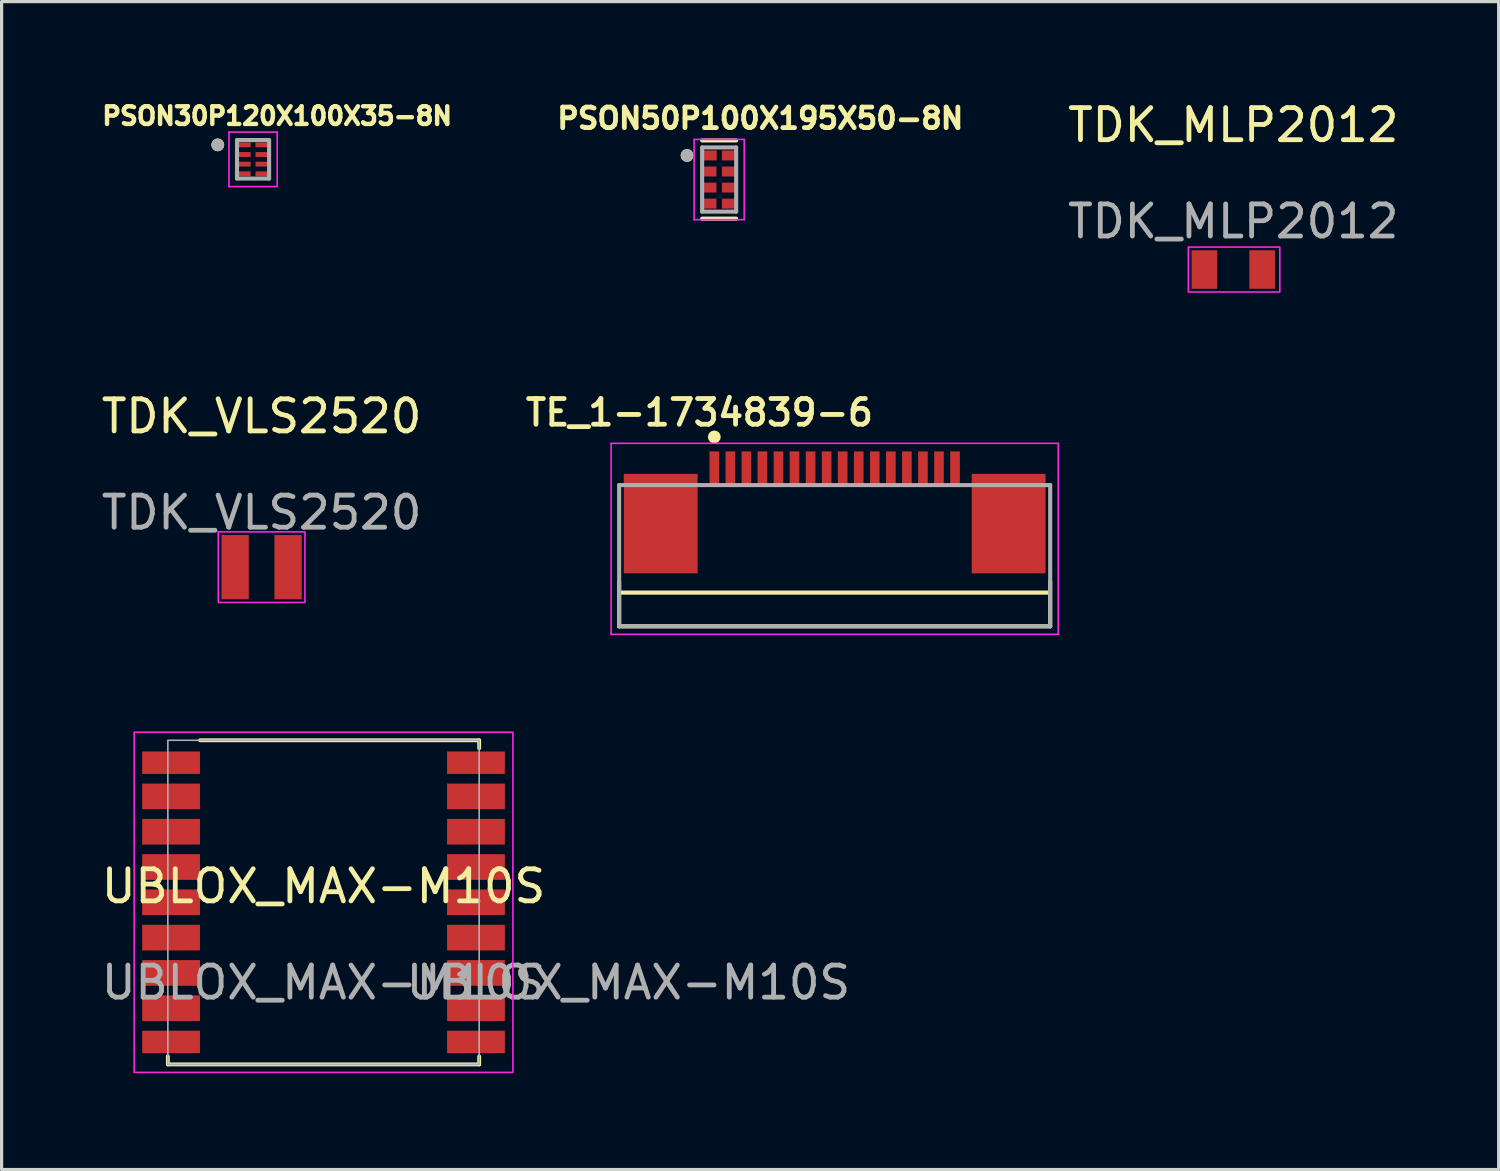
<source format=kicad_pcb>
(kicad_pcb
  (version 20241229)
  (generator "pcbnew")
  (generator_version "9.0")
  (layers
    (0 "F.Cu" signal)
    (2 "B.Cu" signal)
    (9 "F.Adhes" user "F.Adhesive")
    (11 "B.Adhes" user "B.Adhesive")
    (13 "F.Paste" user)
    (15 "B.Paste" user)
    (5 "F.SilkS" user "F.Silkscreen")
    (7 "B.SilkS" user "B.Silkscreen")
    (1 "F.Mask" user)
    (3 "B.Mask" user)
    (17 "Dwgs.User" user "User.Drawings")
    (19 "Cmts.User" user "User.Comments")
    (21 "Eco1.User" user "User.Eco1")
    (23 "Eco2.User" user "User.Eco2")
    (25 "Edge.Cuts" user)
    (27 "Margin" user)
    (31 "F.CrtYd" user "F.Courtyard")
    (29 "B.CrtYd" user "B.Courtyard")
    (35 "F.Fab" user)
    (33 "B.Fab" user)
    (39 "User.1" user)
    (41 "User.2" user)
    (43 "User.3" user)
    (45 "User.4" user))
  (footprint "TDK_VLS2520"
    (layer "F.Cu")
    (at 5.101 14.621)
    (property "Reference" "TDK_VLS2520" (at 0 -4.7 0) (unlocked yes) (layer "F.SilkS") (effects (font (size 1 1) (thickness 0.15))))
    (attr smd)
    (fp_rect (start -1.35 -1.1) (end 1.35 1.1) (stroke (width 0.05) (type solid)) (fill no) (layer "F.CrtYd"))
    (fp_text user "${REFERENCE}" (at 0 -1.7 0) (unlocked yes) (layer "F.Fab") (effects (font (size 1 1) (thickness 0.15))))
    (pad "1" smd rect (at -0.825 0) (size 0.85 2) (layers "F.Cu" "F.Mask" "F.Paste"))
    (pad "2" smd rect (at 0.825 0) (size 0.85 2) (layers "F.Cu" "F.Mask" "F.Paste")))
  (footprint "PSON30P120X100X35-8N"
    (layer "F.Cu")
    (at 4.835 1.914)
    (property "Reference" "PSON30P120X100X35-8N" (at 0.75 -1.35 0) (layer "F.SilkS") (effects (font (size 0.551 0.551) (thickness 0.15))))
    (attr through_hole)
    (fp_circle (center -1.1 -0.45) (end -1 -0.45) (stroke (width 0.2) (type solid)) (fill no) (layer "F.SilkS"))
    (fp_line (start -0.75 -0.85) (end -0.75 0.85) (stroke (width 0.05) (type solid)) (layer "F.CrtYd"))
    (fp_line (start -0.75 -0.85) (end 0.75 -0.85) (stroke (width 0.05) (type solid)) (layer "F.CrtYd"))
    (fp_line (start -0.75 0.85) (end 0.75 0.85) (stroke (width 0.05) (type solid)) (layer "F.CrtYd"))
    (fp_line (start 0.75 -0.85) (end 0.75 0.85) (stroke (width 0.05) (type solid)) (layer "F.CrtYd"))
    (fp_line (start -0.5 -0.6) (end -0.5 0.6) (stroke (width 0.127) (type solid)) (layer "F.Fab"))
    (fp_line (start -0.5 -0.6) (end 0.5 -0.6) (stroke (width 0.127) (type solid)) (layer "F.Fab"))
    (fp_line (start -0.5 0.6) (end 0.5 0.6) (stroke (width 0.127) (type solid)) (layer "F.Fab"))
    (fp_line (start 0.5 -0.6) (end 0.5 0.6) (stroke (width 0.127) (type solid)) (layer "F.Fab"))
    (fp_circle (center -1.1 -0.45) (end -1 -0.45) (stroke (width 0.2) (type solid)) (fill no) (layer "F.Fab"))
    (pad "1" smd roundrect (at -0.275 -0.45) (size 0.4 0.15) (layers "F.Cu" "F.Mask" "F.Paste") (roundrect_rratio 0.02))
    (pad "2" smd roundrect (at -0.275 -0.15) (size 0.4 0.15) (layers "F.Cu" "F.Mask" "F.Paste") (roundrect_rratio 0.02))
    (pad "3" smd roundrect (at -0.275 0.15) (size 0.4 0.15) (layers "F.Cu" "F.Mask" "F.Paste") (roundrect_rratio 0.02))
    (pad "4" smd roundrect (at -0.275 0.45) (size 0.4 0.15) (layers "F.Cu" "F.Mask" "F.Paste") (roundrect_rratio 0.02))
    (pad "5" smd roundrect (at 0.275 0.45) (size 0.4 0.15) (layers "F.Cu" "F.Mask" "F.Paste") (roundrect_rratio 0.02))
    (pad "6" smd roundrect (at 0.275 0.15) (size 0.4 0.15) (layers "F.Cu" "F.Mask" "F.Paste") (roundrect_rratio 0.02))
    (pad "7" smd roundrect (at 0.275 -0.15) (size 0.4 0.15) (layers "F.Cu" "F.Mask" "F.Paste") (roundrect_rratio 0.02))
    (pad "8" smd roundrect (at 0.275 -0.45) (size 0.4 0.15) (layers "F.Cu" "F.Mask" "F.Paste") (roundrect_rratio 0.02)))
  (footprint "TDK_MLP2012"
    (layer "F.Cu")
    (at 35.376 5.348)
    (property "Reference" "TDK_MLP2012" (at 0 -4.5 0) (unlocked yes) (layer "F.SilkS") (effects (font (size 1 1) (thickness 0.15))))
    (attr smd)
    (fp_rect (start -1.4 -0.7) (end 1.45 0.7) (stroke (width 0.05) (type solid)) (fill no) (layer "F.CrtYd"))
    (fp_text user "${REFERENCE}" (at 0 -1.5 0) (unlocked yes) (layer "F.Fab") (effects (font (size 1 1) (thickness 0.15))))
    (pad "1" smd rect (at -0.9 0) (size 0.8 1.2) (layers "F.Cu" "F.Mask" "F.Paste"))
    (pad "2" smd rect (at 0.9 0) (size 0.8 1.2) (layers "F.Cu" "F.Mask" "F.Paste")))
  (footprint "PSON50P100X195X50-8N"
    (layer "F.Cu")
    (at 19.357 2.544)
    (property "Reference" "PSON50P100X195X50-8N" (at 1.282 -1.906 0) (layer "F.SilkS") (effects (font (size 0.64 0.64) (thickness 0.15))))
    (attr through_hole)
    (fp_line (start -0.53 -1.219) (end 0.53 -1.219) (stroke (width 0.127) (type solid)) (layer "F.SilkS"))
    (fp_line (start 0.53 1.219) (end -0.53 1.219) (stroke (width 0.127) (type solid)) (layer "F.SilkS"))
    (fp_circle (center -1 -0.75) (end -0.9 -0.75) (stroke (width 0.2) (type solid)) (fill no) (layer "F.SilkS"))
    (fp_line (start -0.78 -1.25) (end 0.78 -1.25) (stroke (width 0.05) (type solid)) (layer "F.CrtYd"))
    (fp_line (start -0.78 1.25) (end -0.78 -1.25) (stroke (width 0.05) (type solid)) (layer "F.CrtYd"))
    (fp_line (start 0.78 -1.25) (end 0.78 1.25) (stroke (width 0.05) (type solid)) (layer "F.CrtYd"))
    (fp_line (start 0.78 1.25) (end -0.78 1.25) (stroke (width 0.05) (type solid)) (layer "F.CrtYd"))
    (fp_line (start -0.53 -1) (end 0.53 -1) (stroke (width 0.127) (type solid)) (layer "F.Fab"))
    (fp_line (start -0.53 1) (end -0.53 -1) (stroke (width 0.127) (type solid)) (layer "F.Fab"))
    (fp_line (start 0.53 -1) (end 0.53 1) (stroke (width 0.127) (type solid)) (layer "F.Fab"))
    (fp_line (start 0.53 1) (end -0.53 1) (stroke (width 0.127) (type solid)) (layer "F.Fab"))
    (fp_circle (center -1 -0.75) (end -0.9 -0.75) (stroke (width 0.2) (type solid)) (fill no) (layer "F.Fab"))
    (pad "1" smd rect (at -0.29 -0.75) (size 0.43 0.31) (layers "F.Cu" "F.Mask" "F.Paste"))
    (pad "2" smd rect (at -0.295 -0.25) (size 0.42 0.31) (layers "F.Cu" "F.Mask" "F.Paste"))
    (pad "3" smd rect (at -0.295 0.25) (size 0.42 0.31) (layers "F.Cu" "F.Mask" "F.Paste"))
    (pad "4" smd rect (at -0.295 0.75) (size 0.42 0.31) (layers "F.Cu" "F.Mask" "F.Paste"))
    (pad "5" smd rect (at 0.295 0.75 180) (size 0.42 0.31) (layers "F.Cu" "F.Mask" "F.Paste"))
    (pad "6" smd rect (at 0.295 0.25 180) (size 0.42 0.31) (layers "F.Cu" "F.Mask" "F.Paste"))
    (pad "7" smd rect (at 0.295 -0.25 180) (size 0.42 0.31) (layers "F.Cu" "F.Mask" "F.Paste"))
    (pad "8" smd rect (at 0.295 -0.75 180) (size 0.42 0.31) (layers "F.Cu" "F.Mask" "F.Paste")))
  (footprint "TE_1-1734839-6"
    (layer "F.Cu")
    (at 22.956 11.564)
    (property "Reference" "TE_1-1734839-6" (at -4.214 -1.759 0) (layer "F.SilkS") (effects (font (size 0.801 0.801) (thickness 0.15))))
    (attr through_hole)
    (fp_line (start -6.715 3.5) (end -6.715 4.9) (stroke (width 0.127) (type solid)) (layer "F.SilkS"))
    (fp_line (start -6.715 4.9) (end 6.715 4.9) (stroke (width 0.127) (type solid)) (layer "F.SilkS"))
    (fp_line (start -6.7 3.85) (end 6.7 3.85) (stroke (width 0.127) (type solid)) (layer "F.SilkS"))
    (fp_line (start 6.715 4.9) (end 6.715 3.5) (stroke (width 0.127) (type solid)) (layer "F.SilkS"))
    (fp_circle (center -3.75 -1) (end -3.65 -1) (stroke (width 0.2) (type solid)) (fill no) (layer "F.SilkS"))
    (fp_line (start -6.965 -0.8) (end 6.965 -0.8) (stroke (width 0.05) (type solid)) (layer "F.CrtYd"))
    (fp_line (start -6.965 5.15) (end -6.965 -0.8) (stroke (width 0.05) (type solid)) (layer "F.CrtYd"))
    (fp_line (start 6.965 -0.8) (end 6.965 5.15) (stroke (width 0.05) (type solid)) (layer "F.CrtYd"))
    (fp_line (start 6.965 5.15) (end -6.965 5.15) (stroke (width 0.05) (type solid)) (layer "F.CrtYd"))
    (fp_line (start -6.715 0.5) (end 6.715 0.5) (stroke (width 0.127) (type solid)) (layer "F.Fab"))
    (fp_line (start -6.715 4.9) (end -6.715 0.5) (stroke (width 0.127) (type solid)) (layer "F.Fab"))
    (fp_line (start 6.715 0.5) (end 6.715 4.9) (stroke (width 0.127) (type solid)) (layer "F.Fab"))
    (fp_line (start 6.715 4.9) (end -6.715 4.9) (stroke (width 0.127) (type solid)) (layer "F.Fab"))
    (pad "1" smd rect (at -3.75 0) (size 0.3 1.1) (layers "F.Cu" "F.Mask" "F.Paste"))
    (pad "2" smd rect (at -3.25 0) (size 0.3 1.1) (layers "F.Cu" "F.Mask" "F.Paste"))
    (pad "3" smd rect (at -2.75 0) (size 0.3 1.1) (layers "F.Cu" "F.Mask" "F.Paste"))
    (pad "4" smd rect (at -2.25 0) (size 0.3 1.1) (layers "F.Cu" "F.Mask" "F.Paste"))
    (pad "5" smd rect (at -1.75 0) (size 0.3 1.1) (layers "F.Cu" "F.Mask" "F.Paste"))
    (pad "6" smd rect (at -1.25 0) (size 0.3 1.1) (layers "F.Cu" "F.Mask" "F.Paste"))
    (pad "7" smd rect (at -0.75 0) (size 0.3 1.1) (layers "F.Cu" "F.Mask" "F.Paste"))
    (pad "8" smd rect (at -0.25 0) (size 0.3 1.1) (layers "F.Cu" "F.Mask" "F.Paste"))
    (pad "9" smd rect (at 0.25 0) (size 0.3 1.1) (layers "F.Cu" "F.Mask" "F.Paste"))
    (pad "10" smd rect (at 0.75 0) (size 0.3 1.1) (layers "F.Cu" "F.Mask" "F.Paste"))
    (pad "11" smd rect (at 1.25 0) (size 0.3 1.1) (layers "F.Cu" "F.Mask" "F.Paste"))
    (pad "12" smd rect (at 1.75 0) (size 0.3 1.1) (layers "F.Cu" "F.Mask" "F.Paste"))
    (pad "13" smd rect (at 2.25 0) (size 0.3 1.1) (layers "F.Cu" "F.Mask" "F.Paste"))
    (pad "14" smd rect (at 2.75 0) (size 0.3 1.1) (layers "F.Cu" "F.Mask" "F.Paste"))
    (pad "15" smd rect (at 3.25 0) (size 0.3 1.1) (layers "F.Cu" "F.Mask" "F.Paste"))
    (pad "16" smd rect (at 3.75 0) (size 0.3 1.1) (layers "F.Cu" "F.Mask" "F.Paste"))
    (pad "S1" smd rect (at -5.42 1.7) (size 2.3 3.1) (layers "F.Cu" "F.Mask" "F.Paste"))
    (pad "S2" smd rect (at 5.42 1.7) (size 2.3 3.1) (layers "F.Cu" "F.Mask" "F.Paste")))
  (footprint "UBLOX_MAX-M10S"
    (layer "F.Cu")
    (at 7.03 25.064)
    (property "Reference" "UBLOX_MAX-M10S" (at 0 -0.5 0) (unlocked yes) (layer "F.SilkS") (effects (font (size 1 1) (thickness 0.15))))
    (attr smd)
    (fp_line (start -4.85 4.8) (end -4.85 5.05) (stroke (width 0.12) (type solid)) (layer "F.SilkS"))
    (fp_line (start -4.85 5.05) (end 4.85 5.05) (stroke (width 0.12) (type solid)) (layer "F.SilkS"))
    (fp_line (start 4.85 -5.05) (end -3.85 -5.05) (stroke (width 0.12) (type solid)) (layer "F.SilkS"))
    (fp_line (start 4.85 -4.8) (end 4.85 -5.05) (stroke (width 0.12) (type solid)) (layer "F.SilkS"))
    (fp_line (start 4.85 5.05) (end 4.85 4.8) (stroke (width 0.12) (type solid)) (layer "F.SilkS"))
    (fp_rect (start -5.9 -5.3) (end 5.9 5.3) (stroke (width 0.05) (type solid)) (fill no) (layer "F.CrtYd"))
    (fp_rect (start -4.85 -5.05) (end 4.85 5.05) (stroke (width 0.05) (type solid)) (fill no) (layer "F.Fab"))
    (fp_text user "${REFERENCE}" (at 0 2.5 0) (unlocked yes) (layer "F.Fab") (effects (font (size 1 1) (thickness 0.15))))
    (fp_text user "${REFERENCE}" (at 9.5 2.5 0) (unlocked yes) (layer "F.Fab") (effects (font (size 1 1) (thickness 0.15))))
    (pad "1" smd rect (at -4.75 -4.35) (size 1.8 0.7) (layers "F.Cu" "F.Mask" "F.Paste"))
    (pad "2" smd rect (at -4.75 -3.3) (size 1.8 0.8) (layers "F.Cu" "F.Mask" "F.Paste"))
    (pad "3" smd rect (at -4.75 -2.2) (size 1.8 0.8) (layers "F.Cu" "F.Mask" "F.Paste"))
    (pad "4" smd rect (at -4.75 -1.1) (size 1.8 0.8) (layers "F.Cu" "F.Mask" "F.Paste"))
    (pad "5" smd rect (at -4.75 0) (size 1.8 0.8) (layers "F.Cu" "F.Mask" "F.Paste"))
    (pad "6" smd rect (at -4.75 1.1 180) (size 1.8 0.8) (layers "F.Cu" "F.Mask" "F.Paste"))
    (pad "7" smd rect (at -4.75 2.2 180) (size 1.8 0.8) (layers "F.Cu" "F.Mask" "F.Paste"))
    (pad "8" smd rect (at -4.75 3.3 180) (size 1.8 0.8) (layers "F.Cu" "F.Mask" "F.Paste"))
    (pad "9" smd rect (at -4.75 4.35 180) (size 1.8 0.7) (layers "F.Cu" "F.Mask" "F.Paste"))
    (pad "10" smd rect (at 4.75 4.35 180) (size 1.8 0.7) (layers "F.Cu" "F.Mask" "F.Paste"))
    (pad "11" smd rect (at 4.75 3.3 180) (size 1.8 0.8) (layers "F.Cu" "F.Mask" "F.Paste"))
    (pad "12" smd rect (at 4.75 2.2 180) (size 1.8 0.8) (layers "F.Cu" "F.Mask" "F.Paste"))
    (pad "13" smd rect (at 4.75 1.1 180) (size 1.8 0.8) (layers "F.Cu" "F.Mask" "F.Paste"))
    (pad "14" smd rect (at 4.75 0) (size 1.8 0.8) (layers "F.Cu" "F.Mask" "F.Paste"))
    (pad "15" smd rect (at 4.75 -1.1) (size 1.8 0.8) (layers "F.Cu" "F.Mask" "F.Paste"))
    (pad "16" smd rect (at 4.75 -2.2) (size 1.8 0.8) (layers "F.Cu" "F.Mask" "F.Paste"))
    (pad "17" smd rect (at 4.75 -3.3) (size 1.8 0.8) (layers "F.Cu" "F.Mask" "F.Paste"))
    (pad "18" smd rect (at 4.75 -4.35) (size 1.8 0.7) (layers "F.Cu" "F.Mask" "F.Paste")))
  (gr_rect
    (start -3 -3)
    (end 43.644 33.389)
    (stroke (width 0.1) (type default))
    (fill no)
    (layer "Edge.Cuts")))
</source>
